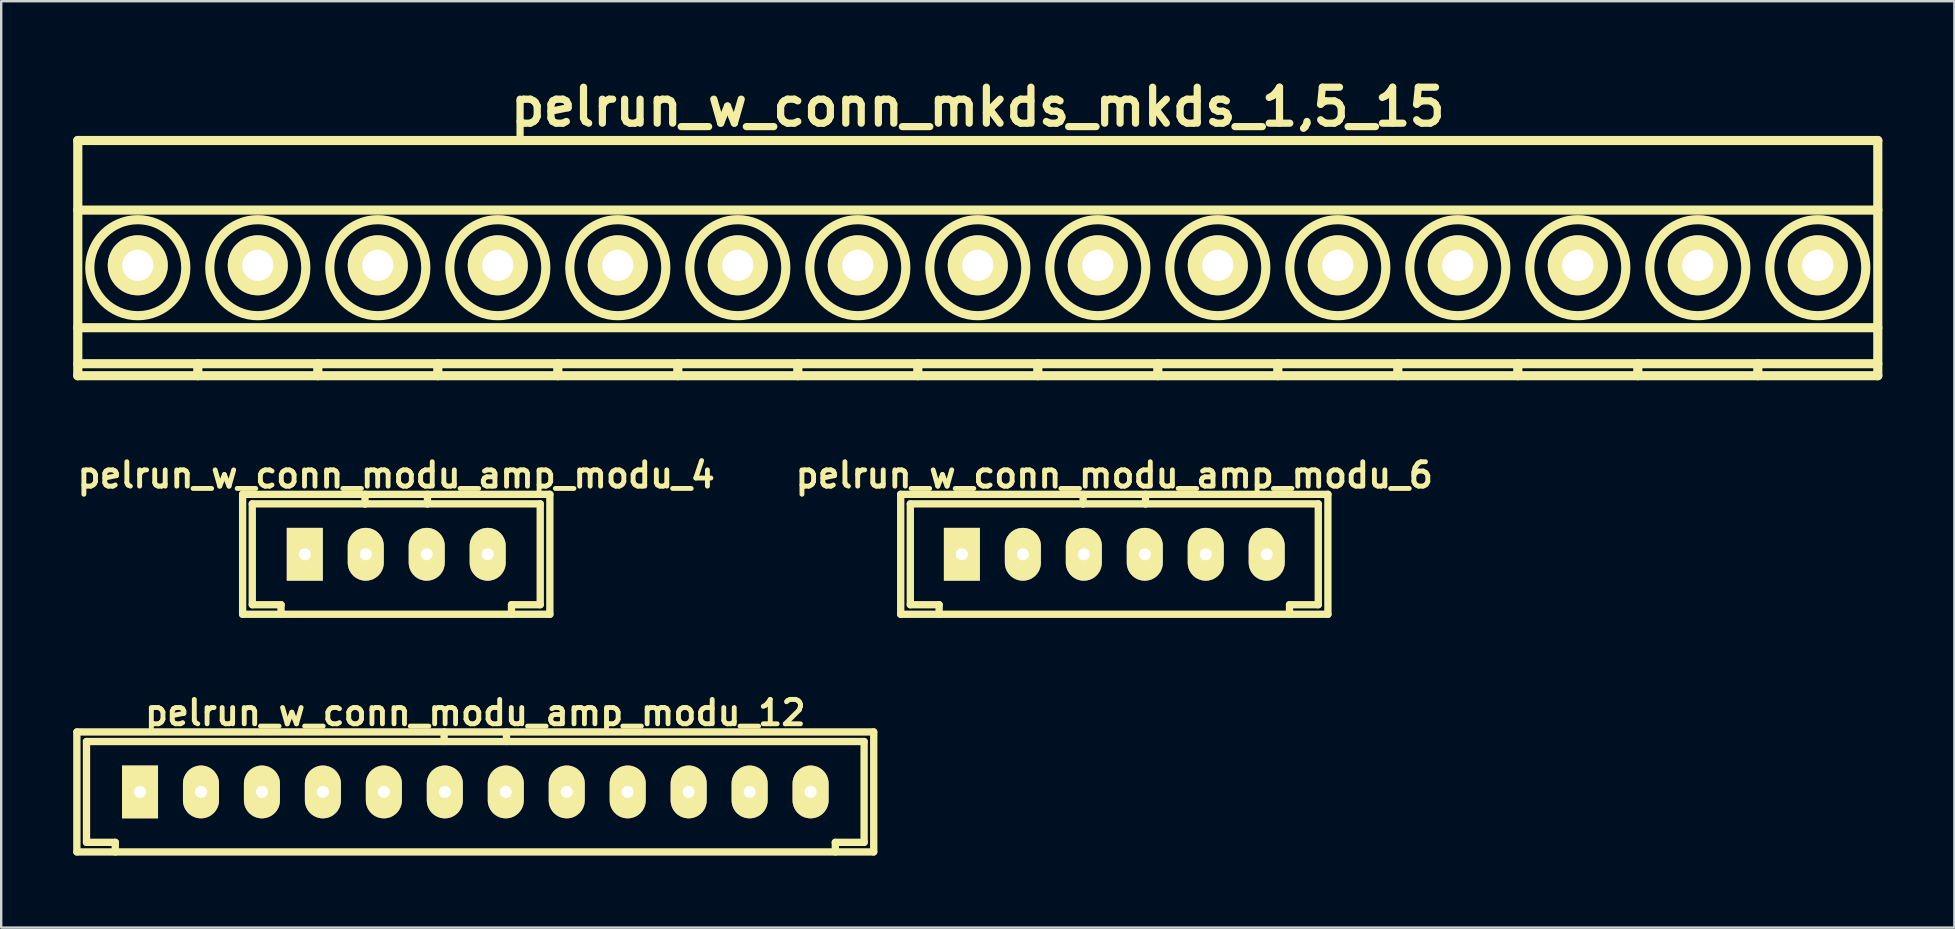
<source format=kicad_pcb>
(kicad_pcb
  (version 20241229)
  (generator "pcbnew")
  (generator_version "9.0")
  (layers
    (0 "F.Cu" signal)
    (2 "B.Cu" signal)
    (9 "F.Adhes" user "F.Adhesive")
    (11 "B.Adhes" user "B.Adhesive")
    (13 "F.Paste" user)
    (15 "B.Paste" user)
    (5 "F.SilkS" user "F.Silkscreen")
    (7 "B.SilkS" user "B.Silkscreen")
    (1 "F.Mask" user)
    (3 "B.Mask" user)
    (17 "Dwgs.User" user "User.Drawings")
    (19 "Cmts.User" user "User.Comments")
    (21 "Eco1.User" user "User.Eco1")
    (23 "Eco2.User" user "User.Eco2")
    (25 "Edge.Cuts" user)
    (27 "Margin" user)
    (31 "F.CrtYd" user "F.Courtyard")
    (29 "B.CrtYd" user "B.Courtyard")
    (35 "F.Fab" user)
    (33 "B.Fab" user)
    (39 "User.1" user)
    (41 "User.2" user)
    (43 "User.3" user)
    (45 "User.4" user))
  (footprint "pelrun_w_conn_modu_amp_modu_12"
    (layer "F.Cu")
    (at 16.754 29.947)
    (property "Reference" "pelrun_w_conn_modu_amp_modu_12" (at 0 -3.299 0) (layer "F.SilkS") (effects (font (size 1.016 1.016) (thickness 0.203))))
    (attr through_hole)
    (fp_line (start -16.601 2.499) (end -16.601 -2.499) (stroke (width 0.305) (type solid)) (layer "F.SilkS"))
    (fp_line (start -16.599 -2.499) (end 16.599 -2.499) (stroke (width 0.305) (type solid)) (layer "F.SilkS"))
    (fp_line (start -16.2 -2.101) (end -16.2 2.101) (stroke (width 0.305) (type solid)) (layer "F.SilkS"))
    (fp_line (start -16.2 -2.101) (end 16.2 -2.101) (stroke (width 0.305) (type solid)) (layer "F.SilkS"))
    (fp_line (start -15.001 2.101) (end -15.001 2.499) (stroke (width 0.305) (type solid)) (layer "F.SilkS"))
    (fp_line (start -14.999 2.101) (end -16.198 2.101) (stroke (width 0.305) (type solid)) (layer "F.SilkS"))
    (fp_line (start -1.3 -2.101) (end -1.3 -2.499) (stroke (width 0.305) (type solid)) (layer "F.SilkS"))
    (fp_line (start 1.3 -2.499) (end 1.3 -2.101) (stroke (width 0.305) (type solid)) (layer "F.SilkS"))
    (fp_line (start 15.001 2.499) (end 15.001 2.101) (stroke (width 0.305) (type solid)) (layer "F.SilkS"))
    (fp_line (start 16.2 2.101) (end 15.001 2.101) (stroke (width 0.305) (type solid)) (layer "F.SilkS"))
    (fp_line (start 16.2 2.101) (end 16.2 -2.101) (stroke (width 0.305) (type solid)) (layer "F.SilkS"))
    (fp_line (start 16.599 2.499) (end -16.599 2.499) (stroke (width 0.305) (type solid)) (layer "F.SilkS"))
    (fp_line (start 16.601 -2.499) (end 16.601 2.499) (stroke (width 0.305) (type solid)) (layer "F.SilkS"))
    (pad "1" thru_hole rect (at -13.97 0) (size 1.501 2.2) (drill 0.5) (layers "*.Cu" "*.Mask" "F.SilkS"))
    (pad "2" thru_hole oval (at -11.43 0) (size 1.501 2.2) (drill 0.5) (layers "*.Cu" "*.Mask" "F.SilkS"))
    (pad "3" thru_hole oval (at -8.89 0) (size 1.501 2.2) (drill 0.5) (layers "*.Cu" "*.Mask" "F.SilkS"))
    (pad "4" thru_hole oval (at -6.35 0) (size 1.501 2.2) (drill 0.5) (layers "*.Cu" "*.Mask" "F.SilkS"))
    (pad "5" thru_hole oval (at -3.81 0) (size 1.501 2.2) (drill 0.5) (layers "*.Cu" "*.Mask" "F.SilkS"))
    (pad "6" thru_hole oval (at -1.27 0) (size 1.501 2.2) (drill 0.5) (layers "*.Cu" "*.Mask" "F.SilkS"))
    (pad "7" thru_hole oval (at 1.27 0) (size 1.501 2.2) (drill 0.5) (layers "*.Cu" "*.Mask" "F.SilkS"))
    (pad "8" thru_hole oval (at 3.81 0) (size 1.501 2.2) (drill 0.5) (layers "*.Cu" "*.Mask" "F.SilkS"))
    (pad "9" thru_hole oval (at 6.35 0) (size 1.501 2.2) (drill 0.5) (layers "*.Cu" "*.Mask" "F.SilkS"))
    (pad "10" thru_hole oval (at 8.89 0) (size 1.501 2.2) (drill 0.5) (layers "*.Cu" "*.Mask" "F.SilkS"))
    (pad "11" thru_hole oval (at 11.43 0) (size 1.501 2.2) (drill 0.5) (layers "*.Cu" "*.Mask" "F.SilkS"))
    (pad "12" thru_hole oval (at 13.97 0) (size 1.501 2.2) (drill 0.5) (layers "*.Cu" "*.Mask" "F.SilkS")))
  (footprint "pelrun_w_conn_mkds_mkds_1,5_15"
    (layer "F.Cu")
    (at 37.691 8.004)
    (property "Reference" "pelrun_w_conn_mkds_mkds_1,5_15" (at 0 -6.6 0) (layer "F.SilkS") (effects (font (size 1.5 1.5) (thickness 0.3))))
    (attr through_hole)
    (fp_line (start -37.5 -5.2) (end -37.5 4.6) (stroke (width 0.381) (type solid)) (layer "F.SilkS"))
    (fp_line (start -37.5 -2.3) (end 37.5 -2.3) (stroke (width 0.381) (type solid)) (layer "F.SilkS"))
    (fp_line (start -37.5 2.6) (end 37.5 2.6) (stroke (width 0.381) (type solid)) (layer "F.SilkS"))
    (fp_line (start -37.5 4.1) (end 37.5 4.1) (stroke (width 0.381) (type solid)) (layer "F.SilkS"))
    (fp_line (start -37.5 4.6) (end 37.5 4.6) (stroke (width 0.381) (type solid)) (layer "F.SilkS"))
    (fp_line (start -32.5 4.1) (end -32.5 4.6) (stroke (width 0.381) (type solid)) (layer "F.SilkS"))
    (fp_line (start -27.5 4.1) (end -27.5 4.6) (stroke (width 0.381) (type solid)) (layer "F.SilkS"))
    (fp_line (start -22.5 4.1) (end -22.5 4.6) (stroke (width 0.381) (type solid)) (layer "F.SilkS"))
    (fp_line (start -17.5 4.1) (end -17.5 4.6) (stroke (width 0.381) (type solid)) (layer "F.SilkS"))
    (fp_line (start -12.5 4.1) (end -12.5 4.6) (stroke (width 0.381) (type solid)) (layer "F.SilkS"))
    (fp_line (start -7.5 4.1) (end -7.5 4.6) (stroke (width 0.381) (type solid)) (layer "F.SilkS"))
    (fp_line (start -2.5 4.1) (end -2.5 4.6) (stroke (width 0.381) (type solid)) (layer "F.SilkS"))
    (fp_line (start 2.5 4.1) (end 2.5 4.6) (stroke (width 0.381) (type solid)) (layer "F.SilkS"))
    (fp_line (start 7.5 4.1) (end 7.5 4.6) (stroke (width 0.381) (type solid)) (layer "F.SilkS"))
    (fp_line (start 12.5 4.1) (end 12.5 4.6) (stroke (width 0.381) (type solid)) (layer "F.SilkS"))
    (fp_line (start 17.5 4.1) (end 17.5 4.6) (stroke (width 0.381) (type solid)) (layer "F.SilkS"))
    (fp_line (start 22.5 4.1) (end 22.5 4.6) (stroke (width 0.381) (type solid)) (layer "F.SilkS"))
    (fp_line (start 27.5 4.1) (end 27.5 4.6) (stroke (width 0.381) (type solid)) (layer "F.SilkS"))
    (fp_line (start 32.5 4.1) (end 32.5 4.6) (stroke (width 0.381) (type solid)) (layer "F.SilkS"))
    (fp_line (start 37.5 -5.2) (end -37.5 -5.2) (stroke (width 0.381) (type solid)) (layer "F.SilkS"))
    (fp_line (start 37.5 4.6) (end 37.5 -5.2) (stroke (width 0.381) (type solid)) (layer "F.SilkS"))
    (fp_circle (center -35 0.1) (end -33 0.1) (stroke (width 0.381) (type solid)) (fill no) (layer "F.SilkS"))
    (fp_circle (center -30 0.1) (end -32 0.1) (stroke (width 0.381) (type solid)) (fill no) (layer "F.SilkS"))
    (fp_circle (center -25 0.1) (end -27 0.1) (stroke (width 0.381) (type solid)) (fill no) (layer "F.SilkS"))
    (fp_circle (center -20 0.1) (end -22 0.1) (stroke (width 0.381) (type solid)) (fill no) (layer "F.SilkS"))
    (fp_circle (center -15 0.1) (end -17 0.1) (stroke (width 0.381) (type solid)) (fill no) (layer "F.SilkS"))
    (fp_circle (center -10 0.1) (end -12 0.1) (stroke (width 0.381) (type solid)) (fill no) (layer "F.SilkS"))
    (fp_circle (center -5 0.1) (end -7 0.1) (stroke (width 0.381) (type solid)) (fill no) (layer "F.SilkS"))
    (fp_circle (center 0 0.1) (end -2 0.1) (stroke (width 0.381) (type solid)) (fill no) (layer "F.SilkS"))
    (fp_circle (center 5 0.1) (end 3 0.1) (stroke (width 0.381) (type solid)) (fill no) (layer "F.SilkS"))
    (fp_circle (center 10 0.1) (end 8 0.1) (stroke (width 0.381) (type solid)) (fill no) (layer "F.SilkS"))
    (fp_circle (center 15 0.1) (end 13 0.1) (stroke (width 0.381) (type solid)) (fill no) (layer "F.SilkS"))
    (fp_circle (center 20 0.1) (end 18 0.1) (stroke (width 0.381) (type solid)) (fill no) (layer "F.SilkS"))
    (fp_circle (center 25 0.1) (end 23 0.1) (stroke (width 0.381) (type solid)) (fill no) (layer "F.SilkS"))
    (fp_circle (center 30 0.1) (end 28 0.1) (stroke (width 0.381) (type solid)) (fill no) (layer "F.SilkS"))
    (fp_circle (center 35 0.1) (end 33 0.1) (stroke (width 0.381) (type solid)) (fill no) (layer "F.SilkS"))
    (pad "1" thru_hole circle (at -35 0) (size 2.5 2.5) (drill 1.3) (layers "*.Cu" "*.Mask" "F.SilkS"))
    (pad "2" thru_hole circle (at -30 0) (size 2.5 2.5) (drill 1.3) (layers "*.Cu" "*.Mask" "F.SilkS"))
    (pad "3" thru_hole circle (at -25 0) (size 2.5 2.5) (drill 1.3) (layers "*.Cu" "*.Mask" "F.SilkS"))
    (pad "4" thru_hole circle (at -20 0) (size 2.5 2.5) (drill 1.3) (layers "*.Cu" "*.Mask" "F.SilkS"))
    (pad "5" thru_hole circle (at -15 0) (size 2.5 2.5) (drill 1.3) (layers "*.Cu" "*.Mask" "F.SilkS"))
    (pad "6" thru_hole circle (at -10 0) (size 2.5 2.5) (drill 1.3) (layers "*.Cu" "*.Mask" "F.SilkS"))
    (pad "7" thru_hole circle (at -5 0) (size 2.5 2.5) (drill 1.3) (layers "*.Cu" "*.Mask" "F.SilkS"))
    (pad "8" thru_hole circle (at 0 0) (size 2.5 2.5) (drill 1.3) (layers "*.Cu" "*.Mask" "F.SilkS"))
    (pad "9" thru_hole circle (at 5 0) (size 2.5 2.5) (drill 1.3) (layers "*.Cu" "*.Mask" "F.SilkS"))
    (pad "10" thru_hole circle (at 10 0) (size 2.5 2.5) (drill 1.3) (layers "*.Cu" "*.Mask" "F.SilkS"))
    (pad "11" thru_hole circle (at 15 0) (size 2.5 2.5) (drill 1.3) (layers "*.Cu" "*.Mask" "F.SilkS"))
    (pad "12" thru_hole circle (at 20 0) (size 2.5 2.5) (drill 1.3) (layers "*.Cu" "*.Mask" "F.SilkS"))
    (pad "13" thru_hole circle (at 25 0) (size 2.5 2.5) (drill 1.3) (layers "*.Cu" "*.Mask" "F.SilkS"))
    (pad "14" thru_hole circle (at 30 0) (size 2.5 2.5) (drill 1.3) (layers "*.Cu" "*.Mask" "F.SilkS"))
    (pad "15" thru_hole circle (at 35 0) (size 2.5 2.5) (drill 1.3) (layers "*.Cu" "*.Mask" "F.SilkS")))
  (footprint "pelrun_w_conn_modu_amp_modu_4"
    (layer "F.Cu")
    (at 13.46 20.045)
    (property "Reference" "pelrun_w_conn_modu_amp_modu_4" (at 0 -3.299 0) (layer "F.SilkS") (effects (font (size 1.016 1.016) (thickness 0.203))))
    (attr through_hole)
    (fp_line (start -6.401 -2.499) (end 6.401 -2.499) (stroke (width 0.305) (type solid)) (layer "F.SilkS"))
    (fp_line (start -6.401 2.499) (end -6.401 -2.499) (stroke (width 0.305) (type solid)) (layer "F.SilkS"))
    (fp_line (start -5.999 -2.101) (end -5.999 2.101) (stroke (width 0.305) (type solid)) (layer "F.SilkS"))
    (fp_line (start -4.801 2.101) (end -4.801 2.499) (stroke (width 0.305) (type solid)) (layer "F.SilkS"))
    (fp_line (start -4.798 2.101) (end -5.997 2.101) (stroke (width 0.305) (type solid)) (layer "F.SilkS"))
    (fp_line (start -1.3 -2.101) (end -5.999 -2.101) (stroke (width 0.305) (type solid)) (layer "F.SilkS"))
    (fp_line (start -1.3 -2.101) (end -1.3 -2.499) (stroke (width 0.305) (type solid)) (layer "F.SilkS"))
    (fp_line (start -1.3 -2.101) (end 1.3 -2.101) (stroke (width 0.305) (type solid)) (layer "F.SilkS"))
    (fp_line (start 1.3 -2.499) (end 1.3 -2.101) (stroke (width 0.305) (type solid)) (layer "F.SilkS"))
    (fp_line (start 4.801 2.499) (end 4.801 2.101) (stroke (width 0.305) (type solid)) (layer "F.SilkS"))
    (fp_line (start 5.999 -2.101) (end 1.3 -2.101) (stroke (width 0.305) (type solid)) (layer "F.SilkS"))
    (fp_line (start 5.999 2.101) (end 4.801 2.101) (stroke (width 0.305) (type solid)) (layer "F.SilkS"))
    (fp_line (start 5.999 2.101) (end 5.999 -2.101) (stroke (width 0.305) (type solid)) (layer "F.SilkS"))
    (fp_line (start 6.401 -2.499) (end 6.401 2.499) (stroke (width 0.305) (type solid)) (layer "F.SilkS"))
    (fp_line (start 6.401 2.499) (end -6.401 2.499) (stroke (width 0.305) (type solid)) (layer "F.SilkS"))
    (pad "1" thru_hole rect (at -3.81 0) (size 1.501 2.2) (drill 0.5) (layers "*.Cu" "*.Mask" "F.SilkS"))
    (pad "2" thru_hole oval (at -1.27 0) (size 1.501 2.2) (drill 0.5) (layers "*.Cu" "*.Mask" "F.SilkS"))
    (pad "3" thru_hole oval (at 1.27 0) (size 1.501 2.2) (drill 0.5) (layers "*.Cu" "*.Mask" "F.SilkS"))
    (pad "4" thru_hole oval (at 3.81 0) (size 1.501 2.2) (drill 0.5) (layers "*.Cu" "*.Mask" "F.SilkS")))
  (footprint "pelrun_w_conn_modu_amp_modu_6"
    (layer "F.Cu")
    (at 43.379 20.045)
    (property "Reference" "pelrun_w_conn_modu_amp_modu_6" (at 0 -3.299 0) (layer "F.SilkS") (effects (font (size 1.016 1.016) (thickness 0.203))))
    (attr through_hole)
    (fp_line (start -8.9 2.499) (end -8.9 -2.499) (stroke (width 0.305) (type solid)) (layer "F.SilkS"))
    (fp_line (start -8.499 -2.101) (end -8.499 2.101) (stroke (width 0.305) (type solid)) (layer "F.SilkS"))
    (fp_line (start -7.3 2.101) (end -8.499 2.101) (stroke (width 0.305) (type solid)) (layer "F.SilkS"))
    (fp_line (start -7.3 2.101) (end -7.3 2.499) (stroke (width 0.305) (type solid)) (layer "F.SilkS"))
    (fp_line (start -1.3 -2.101) (end -8.499 -2.101) (stroke (width 0.305) (type solid)) (layer "F.SilkS"))
    (fp_line (start -1.3 -2.101) (end -1.3 -2.499) (stroke (width 0.305) (type solid)) (layer "F.SilkS"))
    (fp_line (start -1.3 -2.101) (end 1.3 -2.101) (stroke (width 0.305) (type solid)) (layer "F.SilkS"))
    (fp_line (start 1.3 -2.499) (end 1.3 -2.101) (stroke (width 0.305) (type solid)) (layer "F.SilkS"))
    (fp_line (start 7.3 2.499) (end 7.3 2.101) (stroke (width 0.305) (type solid)) (layer "F.SilkS"))
    (fp_line (start 8.499 -2.101) (end 1.3 -2.101) (stroke (width 0.305) (type solid)) (layer "F.SilkS"))
    (fp_line (start 8.499 2.101) (end 7.3 2.101) (stroke (width 0.305) (type solid)) (layer "F.SilkS"))
    (fp_line (start 8.499 2.101) (end 8.499 -2.101) (stroke (width 0.305) (type solid)) (layer "F.SilkS"))
    (fp_line (start 8.9 -2.499) (end -8.9 -2.499) (stroke (width 0.305) (type solid)) (layer "F.SilkS"))
    (fp_line (start 8.9 -2.499) (end 8.9 2.499) (stroke (width 0.305) (type solid)) (layer "F.SilkS"))
    (fp_line (start 8.9 2.499) (end -8.9 2.499) (stroke (width 0.305) (type solid)) (layer "F.SilkS"))
    (pad "1" thru_hole rect (at -6.35 0) (size 1.501 2.2) (drill 0.5) (layers "*.Cu" "*.Mask" "F.SilkS"))
    (pad "2" thru_hole oval (at -3.81 0) (size 1.501 2.2) (drill 0.5) (layers "*.Cu" "*.Mask" "F.SilkS"))
    (pad "3" thru_hole oval (at -1.27 0) (size 1.501 2.2) (drill 0.5) (layers "*.Cu" "*.Mask" "F.SilkS"))
    (pad "4" thru_hole oval (at 1.27 0) (size 1.501 2.2) (drill 0.5) (layers "*.Cu" "*.Mask" "F.SilkS"))
    (pad "5" thru_hole oval (at 3.81 0) (size 1.501 2.2) (drill 0.5) (layers "*.Cu" "*.Mask" "F.SilkS"))
    (pad "6" thru_hole oval (at 6.35 0) (size 1.501 2.2) (drill 0.5) (layers "*.Cu" "*.Mask" "F.SilkS")))
  (gr_rect
    (start -3 -3)
    (end 78.381 35.599)
    (stroke (width 0.1) (type default))
    (fill no)
    (layer "Edge.Cuts")))
</source>
